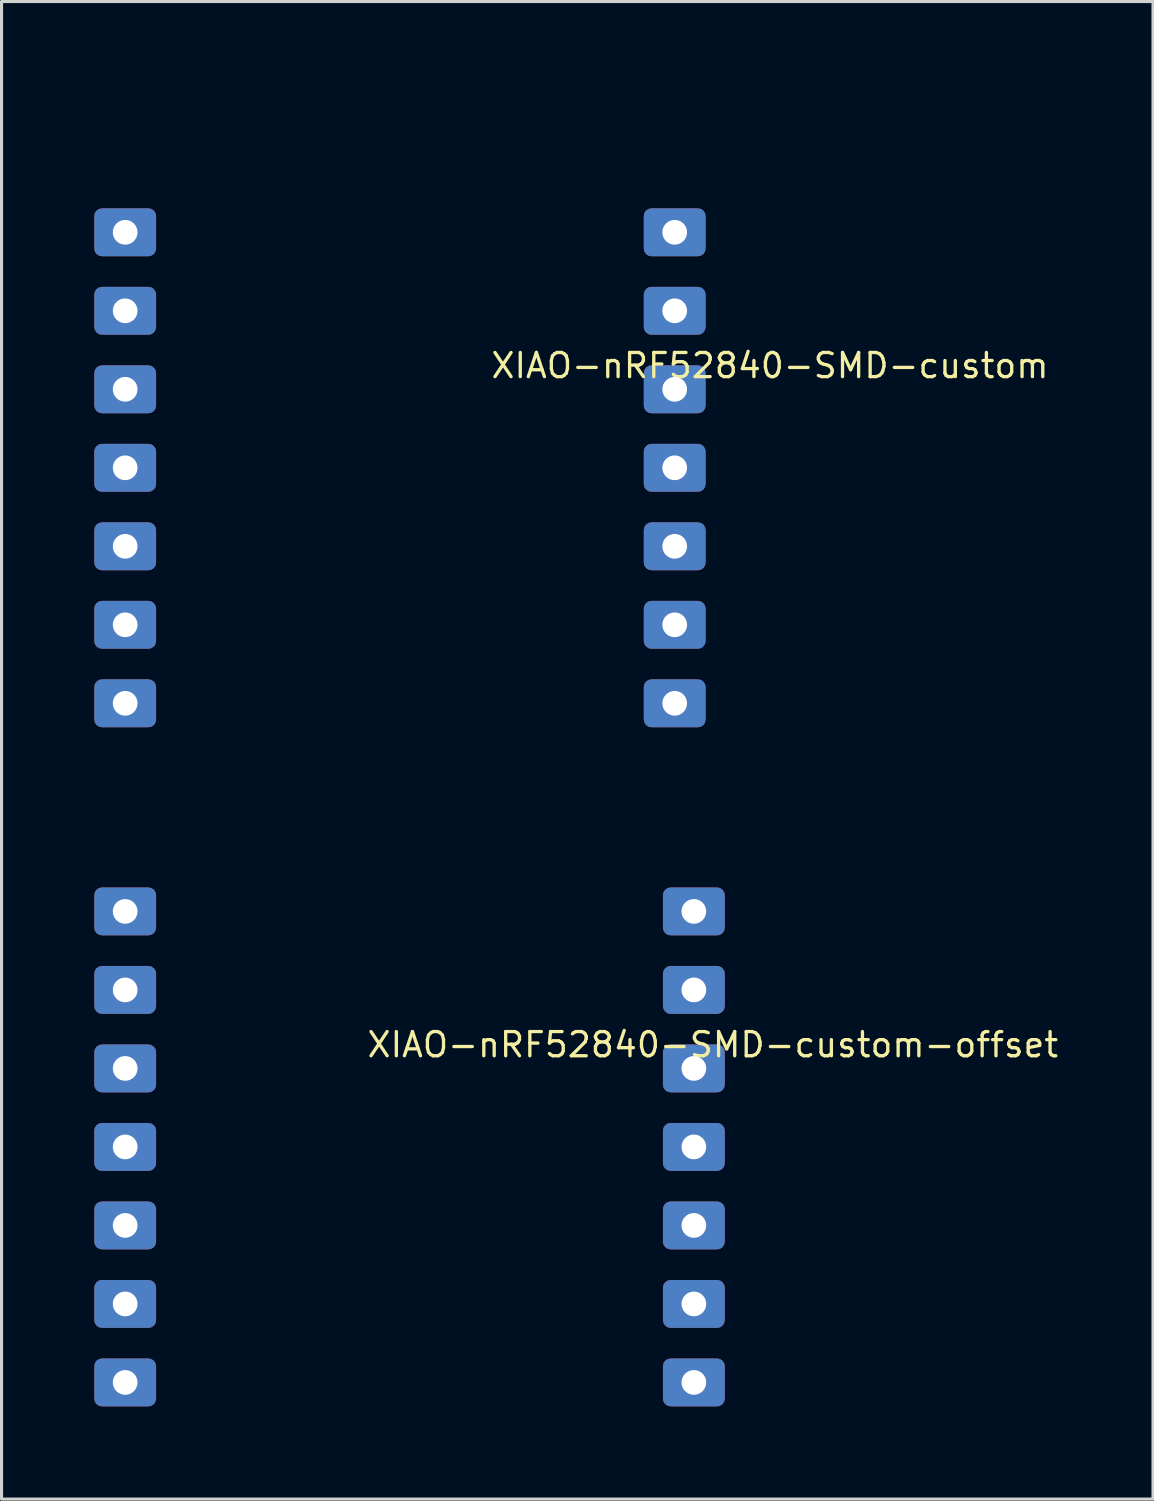
<source format=kicad_pcb>
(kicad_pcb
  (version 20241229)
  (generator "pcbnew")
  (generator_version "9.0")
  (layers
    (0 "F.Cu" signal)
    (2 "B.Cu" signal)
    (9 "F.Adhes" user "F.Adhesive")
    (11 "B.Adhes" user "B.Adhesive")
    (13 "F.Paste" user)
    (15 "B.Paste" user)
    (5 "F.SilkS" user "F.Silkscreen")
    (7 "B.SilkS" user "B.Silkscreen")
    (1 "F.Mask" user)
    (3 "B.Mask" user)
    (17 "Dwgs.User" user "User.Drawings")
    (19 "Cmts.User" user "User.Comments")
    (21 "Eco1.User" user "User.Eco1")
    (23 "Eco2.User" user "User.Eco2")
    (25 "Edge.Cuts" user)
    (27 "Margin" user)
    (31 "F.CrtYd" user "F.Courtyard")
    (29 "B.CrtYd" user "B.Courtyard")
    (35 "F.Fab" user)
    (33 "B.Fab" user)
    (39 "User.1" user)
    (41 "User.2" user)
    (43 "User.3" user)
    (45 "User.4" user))
  (footprint "XIAO-nRF52840-SMD-custom-offset"
    (layer "F.Cu")
    (at 10.2 34.059)
    (property "Reference" "XIAO-nRF52840-SMD-custom-offset" (at 21.056 -3.764 180) (layer "F.SilkS") (effects (font (size 0.782 0.782) (thickness 0.107)) (justify right top)))
    (pad "1" thru_hole roundrect (at -9.2 -7.62) (size 2 1.55) (drill 0.8) (property pad_prop_castellated) (layers "*.Cu" "*.Mask") (roundrect_rratio 0.161))
    (pad "2" thru_hole roundrect (at -9.2 -5.08) (size 2 1.55) (drill 0.8) (property pad_prop_castellated) (layers "*.Cu" "*.Mask") (roundrect_rratio 0.161))
    (pad "3" thru_hole roundrect (at -9.2 -2.54) (size 2 1.55) (drill 0.8) (property pad_prop_castellated) (layers "*.Cu" "*.Mask") (roundrect_rratio 0.161))
    (pad "4" thru_hole roundrect (at -9.2 0) (size 2 1.55) (drill 0.8) (property pad_prop_castellated) (layers "*.Cu" "*.Mask") (roundrect_rratio 0.161))
    (pad "5" thru_hole roundrect (at -9.2 2.54) (size 2 1.55) (drill 0.8) (property pad_prop_castellated) (layers "*.Cu" "*.Mask") (roundrect_rratio 0.161))
    (pad "6" thru_hole roundrect (at -9.2 5.08) (size 2 1.55) (drill 0.8) (property pad_prop_castellated) (layers "*.Cu" "*.Mask") (roundrect_rratio 0.161))
    (pad "7" thru_hole roundrect (at -9.2 7.62) (size 2 1.55) (drill 0.8) (property pad_prop_castellated) (layers "*.Cu" "*.Mask") (roundrect_rratio 0.161))
    (pad "8" thru_hole roundrect (at 9.2 -7.62) (size 2 1.55) (drill 0.8) (property pad_prop_castellated) (layers "*.Cu" "*.Mask") (roundrect_rratio 0.161))
    (pad "9" thru_hole roundrect (at 9.2 -5.08) (size 2 1.55) (drill 0.8) (property pad_prop_castellated) (layers "*.Cu" "*.Mask") (roundrect_rratio 0.161))
    (pad "10" thru_hole roundrect (at 9.2 -2.54) (size 2 1.55) (drill 0.8) (property pad_prop_castellated) (layers "*.Cu" "*.Mask") (roundrect_rratio 0.161))
    (pad "11" thru_hole roundrect (at 9.2 0) (size 2 1.55) (drill 0.8) (property pad_prop_castellated) (layers "*.Cu" "*.Mask") (roundrect_rratio 0.161))
    (pad "12" thru_hole roundrect (at 9.2 2.54) (size 2 1.55) (drill 0.8) (property pad_prop_castellated) (layers "*.Cu" "*.Mask") (roundrect_rratio 0.161))
    (pad "13" thru_hole roundrect (at 9.2 5.08) (size 2 1.55) (drill 0.8) (property pad_prop_castellated) (layers "*.Cu" "*.Mask") (roundrect_rratio 0.161))
    (pad "14" thru_hole roundrect (at 9.2 7.62) (size 2 1.55) (drill 0.8) (property pad_prop_castellated) (layers "*.Cu" "*.Mask") (roundrect_rratio 0.161)))
  (footprint "XIAO-nRF52840-SMD-custom"
    (layer "F.Cu")
    (at 9.89 12.086)
    (property "Reference" "XIAO-nRF52840-SMD-custom" (at 21.056 -3.764 180) (layer "F.SilkS") (effects (font (size 0.782 0.782) (thickness 0.107)) (justify right top)))
    (fp_line (start -8.89 -8.572) (end -8.89 8.572) (stroke (width 0.2) (type default)) (layer "User.4"))
    (fp_line (start -8.89 8.572) (end -8.885 8.71) (stroke (width 0.2) (type default)) (layer "User.4"))
    (fp_line (start -8.885 -8.71) (end -8.89 -8.572) (stroke (width 0.2) (type default)) (layer "User.4"))
    (fp_line (start -8.885 8.71) (end -8.87 8.844) (stroke (width 0.2) (type default)) (layer "User.4"))
    (fp_line (start -8.87 -8.844) (end -8.885 -8.71) (stroke (width 0.2) (type default)) (layer "User.4"))
    (fp_line (start -8.87 8.844) (end -8.847 8.976) (stroke (width 0.2) (type default)) (layer "User.4"))
    (fp_line (start -8.847 -8.976) (end -8.87 -8.844) (stroke (width 0.2) (type default)) (layer "User.4"))
    (fp_line (start -8.847 8.976) (end -8.814 9.108) (stroke (width 0.2) (type default)) (layer "User.4"))
    (fp_line (start -8.814 -9.108) (end -8.847 -8.976) (stroke (width 0.2) (type default)) (layer "User.4"))
    (fp_line (start -8.814 9.108) (end -8.771 9.238) (stroke (width 0.2) (type default)) (layer "User.4"))
    (fp_line (start -8.771 -9.238) (end -8.814 -9.108) (stroke (width 0.2) (type default)) (layer "User.4"))
    (fp_line (start -8.771 9.238) (end -8.717 9.365) (stroke (width 0.2) (type default)) (layer "User.4"))
    (fp_line (start -8.717 -9.365) (end -8.771 -9.238) (stroke (width 0.2) (type default)) (layer "User.4"))
    (fp_line (start -8.717 9.365) (end -8.656 9.484) (stroke (width 0.2) (type default)) (layer "User.4"))
    (fp_line (start -8.656 -9.484) (end -8.717 -9.365) (stroke (width 0.2) (type default)) (layer "User.4"))
    (fp_line (start -8.656 9.484) (end -8.588 9.601) (stroke (width 0.2) (type default)) (layer "User.4"))
    (fp_line (start -8.588 -9.601) (end -8.656 -9.484) (stroke (width 0.2) (type default)) (layer "User.4"))
    (fp_line (start -8.588 9.601) (end -8.509 9.713) (stroke (width 0.2) (type default)) (layer "User.4"))
    (fp_line (start -8.509 -9.713) (end -8.588 -9.601) (stroke (width 0.2) (type default)) (layer "User.4"))
    (fp_line (start -8.509 9.713) (end -8.425 9.82) (stroke (width 0.2) (type default)) (layer "User.4"))
    (fp_line (start -8.425 -9.82) (end -8.509 -9.713) (stroke (width 0.2) (type default)) (layer "User.4"))
    (fp_line (start -8.425 9.82) (end -8.331 9.919) (stroke (width 0.2) (type default)) (layer "User.4"))
    (fp_line (start -8.331 -9.919) (end -8.425 -9.82) (stroke (width 0.2) (type default)) (layer "User.4"))
    (fp_line (start -8.331 9.919) (end -8.232 10.013) (stroke (width 0.2) (type default)) (layer "User.4"))
    (fp_line (start -8.232 -10.013) (end -8.331 -9.919) (stroke (width 0.2) (type default)) (layer "User.4"))
    (fp_line (start -8.232 10.013) (end -8.125 10.097) (stroke (width 0.2) (type default)) (layer "User.4"))
    (fp_line (start -8.125 -10.097) (end -8.232 -10.013) (stroke (width 0.2) (type default)) (layer "User.4"))
    (fp_line (start -8.125 10.097) (end -8.014 10.175) (stroke (width 0.2) (type default)) (layer "User.4"))
    (fp_line (start -8.014 -10.175) (end -8.125 -10.097) (stroke (width 0.2) (type default)) (layer "User.4"))
    (fp_line (start -8.014 10.175) (end -7.897 10.244) (stroke (width 0.2) (type default)) (layer "User.4"))
    (fp_line (start -7.897 -10.244) (end -8.014 -10.175) (stroke (width 0.2) (type default)) (layer "User.4"))
    (fp_line (start -7.897 10.244) (end -7.777 10.305) (stroke (width 0.2) (type default)) (layer "User.4"))
    (fp_line (start -7.777 -10.305) (end -7.897 -10.244) (stroke (width 0.2) (type default)) (layer "User.4"))
    (fp_line (start -7.777 10.305) (end -7.65 10.358) (stroke (width 0.2) (type default)) (layer "User.4"))
    (fp_line (start -7.65 -10.358) (end -7.777 -10.305) (stroke (width 0.2) (type default)) (layer "User.4"))
    (fp_line (start -7.65 10.358) (end -7.521 10.401) (stroke (width 0.2) (type default)) (layer "User.4"))
    (fp_line (start -7.521 -10.401) (end -7.65 -10.358) (stroke (width 0.2) (type default)) (layer "User.4"))
    (fp_line (start -7.521 10.401) (end -7.389 10.434) (stroke (width 0.2) (type default)) (layer "User.4"))
    (fp_line (start -7.389 -10.434) (end -7.521 -10.401) (stroke (width 0.2) (type default)) (layer "User.4"))
    (fp_line (start -7.389 10.434) (end -7.257 10.457) (stroke (width 0.2) (type default)) (layer "User.4"))
    (fp_line (start -7.257 -10.457) (end -7.389 -10.434) (stroke (width 0.2) (type default)) (layer "User.4"))
    (fp_line (start -7.257 10.457) (end -7.122 10.472) (stroke (width 0.2) (type default)) (layer "User.4"))
    (fp_line (start -7.122 -10.472) (end -7.257 -10.457) (stroke (width 0.2) (type default)) (layer "User.4"))
    (fp_line (start -7.122 10.472) (end -6.985 10.477) (stroke (width 0.2) (type default)) (layer "User.4"))
    (fp_line (start -6.985 -10.477) (end -7.122 -10.472) (stroke (width 0.2) (type default)) (layer "User.4"))
    (fp_line (start -6.985 10.477) (end 6.985 10.477) (stroke (width 0.2) (type default)) (layer "User.4"))
    (fp_line (start -4.501 -11.986) (end -4.501 -4.636) (stroke (width 0.2) (type default)) (layer "User.4"))
    (fp_line (start -4.501 -4.636) (end 4.501 -4.636) (stroke (width 0.2) (type default)) (layer "User.4"))
    (fp_line (start 4.501 -11.986) (end -4.501 -11.986) (stroke (width 0.2) (type default)) (layer "User.4"))
    (fp_line (start 4.501 -4.636) (end 4.501 -11.986) (stroke (width 0.2) (type default)) (layer "User.4"))
    (fp_line (start 6.985 -10.477) (end -6.985 -10.477) (stroke (width 0.2) (type default)) (layer "User.4"))
    (fp_line (start 6.985 10.477) (end 7.122 10.472) (stroke (width 0.2) (type default)) (layer "User.4"))
    (fp_line (start 7.122 -10.472) (end 6.985 -10.477) (stroke (width 0.2) (type default)) (layer "User.4"))
    (fp_line (start 7.122 10.472) (end 7.257 10.457) (stroke (width 0.2) (type default)) (layer "User.4"))
    (fp_line (start 7.257 -10.457) (end 7.122 -10.472) (stroke (width 0.2) (type default)) (layer "User.4"))
    (fp_line (start 7.257 10.457) (end 7.389 10.434) (stroke (width 0.2) (type default)) (layer "User.4"))
    (fp_line (start 7.389 -10.434) (end 7.257 -10.457) (stroke (width 0.2) (type default)) (layer "User.4"))
    (fp_line (start 7.389 10.434) (end 7.521 10.401) (stroke (width 0.2) (type default)) (layer "User.4"))
    (fp_line (start 7.521 -10.401) (end 7.389 -10.434) (stroke (width 0.2) (type default)) (layer "User.4"))
    (fp_line (start 7.521 10.401) (end 7.65 10.358) (stroke (width 0.2) (type default)) (layer "User.4"))
    (fp_line (start 7.65 -10.358) (end 7.521 -10.401) (stroke (width 0.2) (type default)) (layer "User.4"))
    (fp_line (start 7.65 10.358) (end 7.777 10.305) (stroke (width 0.2) (type default)) (layer "User.4"))
    (fp_line (start 7.777 -10.305) (end 7.65 -10.358) (stroke (width 0.2) (type default)) (layer "User.4"))
    (fp_line (start 7.777 10.305) (end 7.897 10.244) (stroke (width 0.2) (type default)) (layer "User.4"))
    (fp_line (start 7.897 -10.244) (end 7.777 -10.305) (stroke (width 0.2) (type default)) (layer "User.4"))
    (fp_line (start 7.897 10.244) (end 8.014 10.175) (stroke (width 0.2) (type default)) (layer "User.4"))
    (fp_line (start 8.014 -10.175) (end 7.897 -10.244) (stroke (width 0.2) (type default)) (layer "User.4"))
    (fp_line (start 8.014 10.175) (end 8.125 10.097) (stroke (width 0.2) (type default)) (layer "User.4"))
    (fp_line (start 8.125 -10.097) (end 8.014 -10.175) (stroke (width 0.2) (type default)) (layer "User.4"))
    (fp_line (start 8.125 10.097) (end 8.232 10.013) (stroke (width 0.2) (type default)) (layer "User.4"))
    (fp_line (start 8.232 -10.013) (end 8.125 -10.097) (stroke (width 0.2) (type default)) (layer "User.4"))
    (fp_line (start 8.232 10.013) (end 8.331 9.919) (stroke (width 0.2) (type default)) (layer "User.4"))
    (fp_line (start 8.331 -9.919) (end 8.232 -10.013) (stroke (width 0.2) (type default)) (layer "User.4"))
    (fp_line (start 8.331 9.919) (end 8.425 9.82) (stroke (width 0.2) (type default)) (layer "User.4"))
    (fp_line (start 8.425 -9.82) (end 8.331 -9.919) (stroke (width 0.2) (type default)) (layer "User.4"))
    (fp_line (start 8.425 9.82) (end 8.509 9.713) (stroke (width 0.2) (type default)) (layer "User.4"))
    (fp_line (start 8.509 -9.713) (end 8.425 -9.82) (stroke (width 0.2) (type default)) (layer "User.4"))
    (fp_line (start 8.509 9.713) (end 8.588 9.601) (stroke (width 0.2) (type default)) (layer "User.4"))
    (fp_line (start 8.588 -9.601) (end 8.509 -9.713) (stroke (width 0.2) (type default)) (layer "User.4"))
    (fp_line (start 8.588 9.601) (end 8.656 9.484) (stroke (width 0.2) (type default)) (layer "User.4"))
    (fp_line (start 8.656 -9.484) (end 8.588 -9.601) (stroke (width 0.2) (type default)) (layer "User.4"))
    (fp_line (start 8.656 9.484) (end 8.717 9.365) (stroke (width 0.2) (type default)) (layer "User.4"))
    (fp_line (start 8.717 -9.365) (end 8.656 -9.484) (stroke (width 0.2) (type default)) (layer "User.4"))
    (fp_line (start 8.717 9.365) (end 8.771 9.238) (stroke (width 0.2) (type default)) (layer "User.4"))
    (fp_line (start 8.771 -9.238) (end 8.717 -9.365) (stroke (width 0.2) (type default)) (layer "User.4"))
    (fp_line (start 8.771 9.238) (end 8.814 9.108) (stroke (width 0.2) (type default)) (layer "User.4"))
    (fp_line (start 8.814 -9.108) (end 8.771 -9.238) (stroke (width 0.2) (type default)) (layer "User.4"))
    (fp_line (start 8.814 9.108) (end 8.847 8.976) (stroke (width 0.2) (type default)) (layer "User.4"))
    (fp_line (start 8.847 -8.976) (end 8.814 -9.108) (stroke (width 0.2) (type default)) (layer "User.4"))
    (fp_line (start 8.847 8.976) (end 8.87 8.844) (stroke (width 0.2) (type default)) (layer "User.4"))
    (fp_line (start 8.87 -8.844) (end 8.847 -8.976) (stroke (width 0.2) (type default)) (layer "User.4"))
    (fp_line (start 8.87 8.844) (end 8.885 8.71) (stroke (width 0.2) (type default)) (layer "User.4"))
    (fp_line (start 8.885 -8.71) (end 8.87 -8.844) (stroke (width 0.2) (type default)) (layer "User.4"))
    (fp_line (start 8.885 8.71) (end 8.89 8.572) (stroke (width 0.2) (type default)) (layer "User.4"))
    (fp_line (start 8.89 -8.572) (end 8.885 -8.71) (stroke (width 0.2) (type default)) (layer "User.4"))
    (fp_line (start 8.89 -8.572) (end 8.89 -7.62) (stroke (width 0.2) (type default)) (layer "User.4"))
    (fp_line (start 8.89 8.572) (end 8.89 -8.572) (stroke (width 0.2) (type default)) (layer "User.4"))
    (fp_circle (center -8.89 -7.62) (end -8.539 -7.62) (stroke (width 0.2) (type default)) (fill no) (layer "User.4"))
    (fp_circle (center -8.89 -7.62) (end -8.217 -7.62) (stroke (width 0.2) (type default)) (fill no) (layer "User.4"))
    (fp_circle (center -8.89 -5.08) (end -8.539 -5.08) (stroke (width 0.2) (type default)) (fill no) (layer "User.4"))
    (fp_circle (center -8.89 -5.08) (end -8.217 -5.08) (stroke (width 0.2) (type default)) (fill no) (layer "User.4"))
    (fp_circle (center -8.89 -2.54) (end -8.539 -2.54) (stroke (width 0.2) (type default)) (fill no) (layer "User.4"))
    (fp_circle (center -8.89 -2.54) (end -8.217 -2.54) (stroke (width 0.2) (type default)) (fill no) (layer "User.4"))
    (fp_circle (center -8.89 0) (end -8.539 0) (stroke (width 0.2) (type default)) (fill no) (layer "User.4"))
    (fp_circle (center -8.89 0) (end -8.217 0) (stroke (width 0.2) (type default)) (fill no) (layer "User.4"))
    (fp_circle (center -8.89 2.54) (end -8.539 2.54) (stroke (width 0.2) (type default)) (fill no) (layer "User.4"))
    (fp_circle (center -8.89 2.54) (end -8.217 2.54) (stroke (width 0.2) (type default)) (fill no) (layer "User.4"))
    (fp_circle (center -8.89 5.08) (end -8.539 5.08) (stroke (width 0.2) (type default)) (fill no) (layer "User.4"))
    (fp_circle (center -8.89 5.08) (end -8.217 5.08) (stroke (width 0.2) (type default)) (fill no) (layer "User.4"))
    (fp_circle (center -8.89 7.62) (end -8.539 7.62) (stroke (width 0.2) (type default)) (fill no) (layer "User.4"))
    (fp_circle (center -8.89 7.62) (end -8.217 7.62) (stroke (width 0.2) (type default)) (fill no) (layer "User.4"))
    (fp_circle (center -7.62 -7.62) (end -7.195 -7.62) (stroke (width 0.2) (type default)) (fill no) (layer "User.4"))
    (fp_circle (center -7.62 -7.62) (end -6.831 -7.62) (stroke (width 0.2) (type default)) (fill no) (layer "User.4"))
    (fp_circle (center -7.62 -5.08) (end -7.195 -5.08) (stroke (width 0.2) (type default)) (fill no) (layer "User.4"))
    (fp_circle (center -7.62 -5.08) (end -6.831 -5.08) (stroke (width 0.2) (type default)) (fill no) (layer "User.4"))
    (fp_circle (center -7.62 -2.54) (end -7.195 -2.54) (stroke (width 0.2) (type default)) (fill no) (layer "User.4"))
    (fp_circle (center -7.62 -2.54) (end -6.831 -2.54) (stroke (width 0.2) (type default)) (fill no) (layer "User.4"))
    (fp_circle (center -7.62 0) (end -7.195 0) (stroke (width 0.2) (type default)) (fill no) (layer "User.4"))
    (fp_circle (center -7.62 0) (end -6.831 0) (stroke (width 0.2) (type default)) (fill no) (layer "User.4"))
    (fp_circle (center -7.62 2.54) (end -7.195 2.54) (stroke (width 0.2) (type default)) (fill no) (layer "User.4"))
    (fp_circle (center -7.62 2.54) (end -6.831 2.54) (stroke (width 0.2) (type default)) (fill no) (layer "User.4"))
    (fp_circle (center -7.62 5.08) (end -7.195 5.08) (stroke (width 0.2) (type default)) (fill no) (layer "User.4"))
    (fp_circle (center -7.62 5.08) (end -6.831 5.08) (stroke (width 0.2) (type default)) (fill no) (layer "User.4"))
    (fp_circle (center -7.62 7.62) (end -7.195 7.62) (stroke (width 0.2) (type default)) (fill no) (layer "User.4"))
    (fp_circle (center -7.62 7.62) (end -6.831 7.62) (stroke (width 0.2) (type default)) (fill no) (layer "User.4"))
    (fp_circle (center 0 0) (end 2.94 0) (stroke (width 0.2) (type default)) (fill no) (layer "User.4"))
    (fp_circle (center 7.62 -7.62) (end 8.045 -7.62) (stroke (width 0.2) (type default)) (fill no) (layer "User.4"))
    (fp_circle (center 7.62 -7.62) (end 8.409 -7.62) (stroke (width 0.2) (type default)) (fill no) (layer "User.4"))
    (fp_circle (center 7.62 -5.08) (end 8.045 -5.08) (stroke (width 0.2) (type default)) (fill no) (layer "User.4"))
    (fp_circle (center 7.62 -5.08) (end 8.409 -5.08) (stroke (width 0.2) (type default)) (fill no) (layer "User.4"))
    (fp_circle (center 7.62 -2.54) (end 8.045 -2.54) (stroke (width 0.2) (type default)) (fill no) (layer "User.4"))
    (fp_circle (center 7.62 -2.54) (end 8.409 -2.54) (stroke (width 0.2) (type default)) (fill no) (layer "User.4"))
    (fp_circle (center 7.62 0) (end 8.045 0) (stroke (width 0.2) (type default)) (fill no) (layer "User.4"))
    (fp_circle (center 7.62 0) (end 8.409 0) (stroke (width 0.2) (type default)) (fill no) (layer "User.4"))
    (fp_circle (center 7.62 2.54) (end 8.045 2.54) (stroke (width 0.2) (type default)) (fill no) (layer "User.4"))
    (fp_circle (center 7.62 2.54) (end 8.409 2.54) (stroke (width 0.2) (type default)) (fill no) (layer "User.4"))
    (fp_circle (center 7.62 5.08) (end 8.045 5.08) (stroke (width 0.2) (type default)) (fill no) (layer "User.4"))
    (fp_circle (center 7.62 5.08) (end 8.409 5.08) (stroke (width 0.2) (type default)) (fill no) (layer "User.4"))
    (fp_circle (center 7.62 7.62) (end 8.045 7.62) (stroke (width 0.2) (type default)) (fill no) (layer "User.4"))
    (fp_circle (center 7.62 7.62) (end 8.409 7.62) (stroke (width 0.2) (type default)) (fill no) (layer "User.4"))
    (fp_circle (center 8.89 -7.62) (end 9.241 -7.62) (stroke (width 0.2) (type default)) (fill no) (layer "User.4"))
    (fp_circle (center 8.89 -7.62) (end 9.563 -7.62) (stroke (width 0.2) (type default)) (fill no) (layer "User.4"))
    (fp_circle (center 8.89 -5.08) (end 9.241 -5.08) (stroke (width 0.2) (type default)) (fill no) (layer "User.4"))
    (fp_circle (center 8.89 -5.08) (end 9.563 -5.08) (stroke (width 0.2) (type default)) (fill no) (layer "User.4"))
    (fp_circle (center 8.89 -2.54) (end 9.241 -2.54) (stroke (width 0.2) (type default)) (fill no) (layer "User.4"))
    (fp_circle (center 8.89 -2.54) (end 9.563 -2.54) (stroke (width 0.2) (type default)) (fill no) (layer "User.4"))
    (fp_circle (center 8.89 0) (end 9.241 0) (stroke (width 0.2) (type default)) (fill no) (layer "User.4"))
    (fp_circle (center 8.89 0) (end 9.563 0) (stroke (width 0.2) (type default)) (fill no) (layer "User.4"))
    (fp_circle (center 8.89 2.54) (end 9.241 2.54) (stroke (width 0.2) (type default)) (fill no) (layer "User.4"))
    (fp_circle (center 8.89 2.54) (end 9.563 2.54) (stroke (width 0.2) (type default)) (fill no) (layer "User.4"))
    (fp_circle (center 8.89 5.08) (end 9.241 5.08) (stroke (width 0.2) (type default)) (fill no) (layer "User.4"))
    (fp_circle (center 8.89 5.08) (end 9.563 5.08) (stroke (width 0.2) (type default)) (fill no) (layer "User.4"))
    (fp_circle (center 8.89 7.62) (end 9.241 7.62) (stroke (width 0.2) (type default)) (fill no) (layer "User.4"))
    (fp_circle (center 8.89 7.62) (end 9.563 7.62) (stroke (width 0.2) (type default)) (fill no) (layer "User.4"))
    (pad "1" thru_hole roundrect (at -8.89 -7.62) (size 2 1.55) (drill 0.8) (property pad_prop_castellated) (layers "*.Cu" "*.Mask") (roundrect_rratio 0.161))
    (pad "2" thru_hole roundrect (at -8.89 -5.08) (size 2 1.55) (drill 0.8) (property pad_prop_castellated) (layers "*.Cu" "*.Mask") (roundrect_rratio 0.161))
    (pad "3" thru_hole roundrect (at -8.89 -2.54) (size 2 1.55) (drill 0.8) (property pad_prop_castellated) (layers "*.Cu" "*.Mask") (roundrect_rratio 0.161))
    (pad "4" thru_hole roundrect (at -8.89 0) (size 2 1.55) (drill 0.8) (property pad_prop_castellated) (layers "*.Cu" "*.Mask") (roundrect_rratio 0.161))
    (pad "5" thru_hole roundrect (at -8.89 2.54) (size 2 1.55) (drill 0.8) (property pad_prop_castellated) (layers "*.Cu" "*.Mask") (roundrect_rratio 0.161))
    (pad "6" thru_hole roundrect (at -8.89 5.08) (size 2 1.55) (drill 0.8) (property pad_prop_castellated) (layers "*.Cu" "*.Mask") (roundrect_rratio 0.161))
    (pad "7" thru_hole roundrect (at -8.89 7.62) (size 2 1.55) (drill 0.8) (property pad_prop_castellated) (layers "*.Cu" "*.Mask") (roundrect_rratio 0.161))
    (pad "8" thru_hole roundrect (at 8.89 -7.62) (size 2 1.55) (drill 0.8) (property pad_prop_castellated) (layers "*.Cu" "*.Mask") (roundrect_rratio 0.161))
    (pad "9" thru_hole roundrect (at 8.89 -5.08) (size 2 1.55) (drill 0.8) (property pad_prop_castellated) (layers "*.Cu" "*.Mask") (roundrect_rratio 0.161))
    (pad "10" thru_hole roundrect (at 8.89 -2.54) (size 2 1.55) (drill 0.8) (property pad_prop_castellated) (layers "*.Cu" "*.Mask") (roundrect_rratio 0.161))
    (pad "11" thru_hole roundrect (at 8.89 0) (size 2 1.55) (drill 0.8) (property pad_prop_castellated) (layers "*.Cu" "*.Mask") (roundrect_rratio 0.161))
    (pad "12" thru_hole roundrect (at 8.89 2.54) (size 2 1.55) (drill 0.8) (property pad_prop_castellated) (layers "*.Cu" "*.Mask") (roundrect_rratio 0.161))
    (pad "13" thru_hole roundrect (at 8.89 5.08) (size 2 1.55) (drill 0.8) (property pad_prop_castellated) (layers "*.Cu" "*.Mask") (roundrect_rratio 0.161))
    (pad "14" thru_hole roundrect (at 8.89 7.62) (size 2 1.55) (drill 0.8) (property pad_prop_castellated) (layers "*.Cu" "*.Mask") (roundrect_rratio 0.161)))
  (gr_rect
    (start -3 -3)
    (end 34.256 45.454)
    (stroke (width 0.1) (type default))
    (fill no)
    (layer "Edge.Cuts")))
</source>
